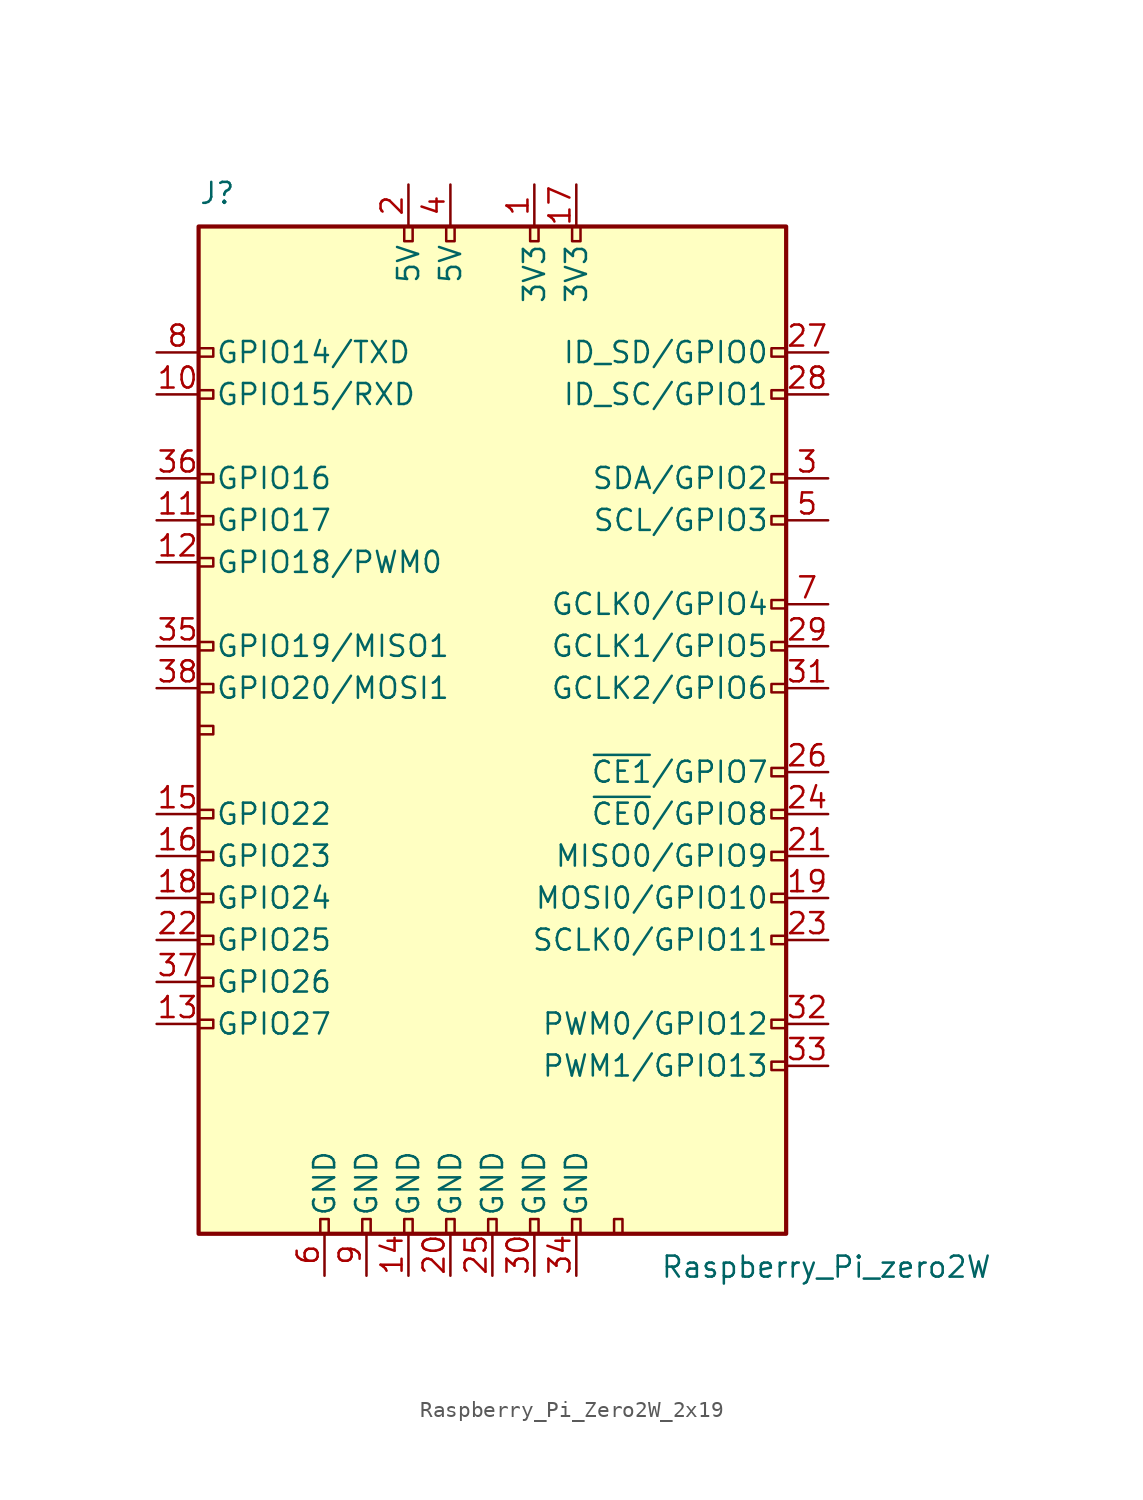
<source format=kicad_sym>
(kicad_symbol_lib
  (version 20220914)
  (generator kicad_symbol_editor)
  (symbol "Raspberry_Pi_Zero2W_2x19"
    (pin_names
      (offset 1.016))
    (property "Reference" "J"
      (at -17.78 31.75 0)
      (effects (font (size 1.27 1.27)) (justify left bottom)))
    (property "Value" "Raspberry_Pi_zero2W"
      (at 10.16 -31.75 0)
      (effects (font (size 1.27 1.27)) (justify left top)))
    (symbol "Raspberry_Pi_Zero2W_2x19_0_1"
      (rectangle (start -17.78 30.48) (end 17.78 -30.48) (stroke (width 0.254) (type default)) (fill (type background))))
    (symbol "Raspberry_Pi_Zero2W_2x19_1_1"
      (rectangle (start -16.891 -17.526) (end -17.78 -18.034) (stroke (width 0) (type default)) (fill (type none)))
      (rectangle (start -16.891 -14.986) (end -17.78 -15.494) (stroke (width 0) (type default)) (fill (type none)))
      (rectangle (start -16.891 -12.446) (end -17.78 -12.954) (stroke (width 0) (type default)) (fill (type none)))
      (rectangle (start -16.891 -9.906) (end -17.78 -10.414) (stroke (width 0) (type default)) (fill (type none)))
      (rectangle (start -16.891 -7.366) (end -17.78 -7.874) (stroke (width 0) (type default)) (fill (type none)))
      (rectangle (start -16.891 -4.826) (end -17.78 -5.334) (stroke (width 0) (type default)) (fill (type none)))
      (rectangle (start -16.891 0.254) (end -17.78 -0.254) (stroke (width 0) (type default)) (fill (type none)))
      (rectangle (start -16.891 2.794) (end -17.78 2.286) (stroke (width 0) (type default)) (fill (type none)))
      (rectangle (start -16.891 5.334) (end -17.78 4.826) (stroke (width 0) (type default)) (fill (type none)))
      (rectangle (start -16.891 10.414) (end -17.78 9.906) (stroke (width 0) (type default)) (fill (type none)))
      (rectangle (start -16.891 12.954) (end -17.78 12.446) (stroke (width 0) (type default)) (fill (type none)))
      (rectangle (start -16.891 15.494) (end -17.78 14.986) (stroke (width 0) (type default)) (fill (type none)))
      (rectangle (start -16.891 20.574) (end -17.78 20.066) (stroke (width 0) (type default)) (fill (type none)))
      (rectangle (start -16.891 23.114) (end -17.78 22.606) (stroke (width 0) (type default)) (fill (type none)))
      (rectangle (start -10.414 -29.591) (end -9.906 -30.48) (stroke (width 0) (type default)) (fill (type none)))
      (rectangle (start -7.874 -29.591) (end -7.366 -30.48) (stroke (width 0) (type default)) (fill (type none)))
      (rectangle (start -5.334 -29.591) (end -4.826 -30.48) (stroke (width 0) (type default)) (fill (type none)))
      (rectangle (start -5.334 30.48) (end -4.826 29.591) (stroke (width 0) (type default)) (fill (type none)))
      (rectangle (start -2.794 -29.591) (end -2.286 -30.48) (stroke (width 0) (type default)) (fill (type none)))
      (rectangle (start -2.794 30.48) (end -2.286 29.591) (stroke (width 0) (type default)) (fill (type none)))
      (rectangle (start -0.254 -29.591) (end 0.254 -30.48) (stroke (width 0) (type default)) (fill (type none)))
      (rectangle (start 2.286 -29.591) (end 2.794 -30.48) (stroke (width 0) (type default)) (fill (type none)))
      (rectangle (start 2.286 30.48) (end 2.794 29.591) (stroke (width 0) (type default)) (fill (type none)))
      (rectangle (start 4.826 -29.591) (end 5.334 -30.48) (stroke (width 0) (type default)) (fill (type none)))
      (rectangle (start 4.826 30.48) (end 5.334 29.591) (stroke (width 0) (type default)) (fill (type none)))
      (rectangle (start 7.366 -29.591) (end 7.874 -30.48) (stroke (width 0) (type default)) (fill (type none)))
      (rectangle (start 17.78 -20.066) (end 16.891 -20.574) (stroke (width 0) (type default)) (fill (type none)))
      (rectangle (start 17.78 -17.526) (end 16.891 -18.034) (stroke (width 0) (type default)) (fill (type none)))
      (rectangle (start 17.78 -12.446) (end 16.891 -12.954) (stroke (width 0) (type default)) (fill (type none)))
      (rectangle (start 17.78 -9.906) (end 16.891 -10.414) (stroke (width 0) (type default)) (fill (type none)))
      (rectangle (start 17.78 -7.366) (end 16.891 -7.874) (stroke (width 0) (type default)) (fill (type none)))
      (rectangle (start 17.78 -4.826) (end 16.891 -5.334) (stroke (width 0) (type default)) (fill (type none)))
      (rectangle (start 17.78 -2.286) (end 16.891 -2.794) (stroke (width 0) (type default)) (fill (type none)))
      (rectangle (start 17.78 2.794) (end 16.891 2.286) (stroke (width 0) (type default)) (fill (type none)))
      (rectangle (start 17.78 5.334) (end 16.891 4.826) (stroke (width 0) (type default)) (fill (type none)))
      (rectangle (start 17.78 7.874) (end 16.891 7.366) (stroke (width 0) (type default)) (fill (type none)))
      (rectangle (start 17.78 12.954) (end 16.891 12.446) (stroke (width 0) (type default)) (fill (type none)))
      (rectangle (start 17.78 15.494) (end 16.891 14.986) (stroke (width 0) (type default)) (fill (type none)))
      (rectangle (start 17.78 20.574) (end 16.891 20.066) (stroke (width 0) (type default)) (fill (type none)))
      (rectangle (start 17.78 23.114) (end 16.891 22.606) (stroke (width 0) (type default)) (fill (type none)))
      (pin power_in line (at 2.54 33.02 270) (length 2.54) (name "3V3" (effects (font (size 1.27 1.27)))) (number "1" (effects (font (size 1.27 1.27)))))
      (pin bidirectional line (at -20.32 20.32 0) (length 2.54) (name "GPIO15/RXD" (effects (font (size 1.27 1.27)))) (number "10" (effects (font (size 1.27 1.27)))))
      (pin bidirectional line (at -20.32 12.7 0) (length 2.54) (name "GPIO17" (effects (font (size 1.27 1.27)))) (number "11" (effects (font (size 1.27 1.27)))))
      (pin bidirectional line (at -20.32 10.16 0) (length 2.54) (name "GPIO18/PWM0" (effects (font (size 1.27 1.27)))) (number "12" (effects (font (size 1.27 1.27)))))
      (pin bidirectional line (at -20.32 -17.78 0) (length 2.54) (name "GPIO27" (effects (font (size 1.27 1.27)))) (number "13" (effects (font (size 1.27 1.27)))))
      (pin power_in line (at -5.08 -33.02 90) (length 2.54) (name "GND" (effects (font (size 1.27 1.27)))) (number "14" (effects (font (size 1.27 1.27)))))
      (pin bidirectional line (at -20.32 -5.08 0) (length 2.54) (name "GPIO22" (effects (font (size 1.27 1.27)))) (number "15" (effects (font (size 1.27 1.27)))))
      (pin bidirectional line (at -20.32 -7.62 0) (length 2.54) (name "GPIO23" (effects (font (size 1.27 1.27)))) (number "16" (effects (font (size 1.27 1.27)))))
      (pin power_in line (at 5.08 33.02 270) (length 2.54) (name "3V3" (effects (font (size 1.27 1.27)))) (number "17" (effects (font (size 1.27 1.27)))))
      (pin bidirectional line (at -20.32 -10.16 0) (length 2.54) (name "GPIO24" (effects (font (size 1.27 1.27)))) (number "18" (effects (font (size 1.27 1.27)))))
      (pin bidirectional line (at 20.32 -10.16 180) (length 2.54) (name "MOSI0/GPIO10" (effects (font (size 1.27 1.27)))) (number "19" (effects (font (size 1.27 1.27)))))
      (pin power_in line (at -5.08 33.02 270) (length 2.54) (name "5V" (effects (font (size 1.27 1.27)))) (number "2" (effects (font (size 1.27 1.27)))))
      (pin power_in line (at -2.54 -33.02 90) (length 2.54) (name "GND" (effects (font (size 1.27 1.27)))) (number "20" (effects (font (size 1.27 1.27)))))
      (pin bidirectional line (at 20.32 -7.62 180) (length 2.54) (name "MISO0/GPIO9" (effects (font (size 1.27 1.27)))) (number "21" (effects (font (size 1.27 1.27)))))
      (pin bidirectional line (at -20.32 -12.7 0) (length 2.54) (name "GPIO25" (effects (font (size 1.27 1.27)))) (number "22" (effects (font (size 1.27 1.27)))))
      (pin bidirectional line (at 20.32 -12.7 180) (length 2.54) (name "SCLK0/GPIO11" (effects (font (size 1.27 1.27)))) (number "23" (effects (font (size 1.27 1.27)))))
      (pin bidirectional line (at 20.32 -5.08 180) (length 2.54) (name "~{CE0}/GPIO8" (effects (font (size 1.27 1.27)))) (number "24" (effects (font (size 1.27 1.27)))))
      (pin power_in line (at 0 -33.02 90) (length 2.54) (name "GND" (effects (font (size 1.27 1.27)))) (number "25" (effects (font (size 1.27 1.27)))))
      (pin bidirectional line (at 20.32 -2.54 180) (length 2.54) (name "~{CE1}/GPIO7" (effects (font (size 1.27 1.27)))) (number "26" (effects (font (size 1.27 1.27)))))
      (pin bidirectional line (at 20.32 22.86 180) (length 2.54) (name "ID_SD/GPIO0" (effects (font (size 1.27 1.27)))) (number "27" (effects (font (size 1.27 1.27)))))
      (pin bidirectional line (at 20.32 20.32 180) (length 2.54) (name "ID_SC/GPIO1" (effects (font (size 1.27 1.27)))) (number "28" (effects (font (size 1.27 1.27)))))
      (pin bidirectional line (at 20.32 5.08 180) (length 2.54) (name "GCLK1/GPIO5" (effects (font (size 1.27 1.27)))) (number "29" (effects (font (size 1.27 1.27)))))
      (pin bidirectional line (at 20.32 15.24 180) (length 2.54) (name "SDA/GPIO2" (effects (font (size 1.27 1.27)))) (number "3" (effects (font (size 1.27 1.27)))))
      (pin power_in line (at 2.54 -33.02 90) (length 2.54) (name "GND" (effects (font (size 1.27 1.27)))) (number "30" (effects (font (size 1.27 1.27)))))
      (pin bidirectional line (at 20.32 2.54 180) (length 2.54) (name "GCLK2/GPIO6" (effects (font (size 1.27 1.27)))) (number "31" (effects (font (size 1.27 1.27)))))
      (pin bidirectional line (at 20.32 -17.78 180) (length 2.54) (name "PWM0/GPIO12" (effects (font (size 1.27 1.27)))) (number "32" (effects (font (size 1.27 1.27)))))
      (pin bidirectional line (at 20.32 -20.32 180) (length 2.54) (name "PWM1/GPIO13" (effects (font (size 1.27 1.27)))) (number "33" (effects (font (size 1.27 1.27)))))
      (pin power_in line (at 5.08 -33.02 90) (length 2.54) (name "GND" (effects (font (size 1.27 1.27)))) (number "34" (effects (font (size 1.27 1.27)))))
      (pin bidirectional line (at -20.32 5.08 0) (length 2.54) (name "GPIO19/MISO1" (effects (font (size 1.27 1.27)))) (number "35" (effects (font (size 1.27 1.27)))))
      (pin bidirectional line (at -20.32 15.24 0) (length 2.54) (name "GPIO16" (effects (font (size 1.27 1.27)))) (number "36" (effects (font (size 1.27 1.27)))))
      (pin bidirectional line (at -20.32 -15.24 0) (length 2.54) (name "GPIO26" (effects (font (size 1.27 1.27)))) (number "37" (effects (font (size 1.27 1.27)))))
      (pin bidirectional line (at -20.32 2.54 0) (length 2.54) (name "GPIO20/MOSI1" (effects (font (size 1.27 1.27)))) (number "38" (effects (font (size 1.27 1.27)))))
      (pin power_in line (at -2.54 33.02 270) (length 2.54) (name "5V" (effects (font (size 1.27 1.27)))) (number "4" (effects (font (size 1.27 1.27)))))
      (pin bidirectional line (at 20.32 12.7 180) (length 2.54) (name "SCL/GPIO3" (effects (font (size 1.27 1.27)))) (number "5" (effects (font (size 1.27 1.27)))))
      (pin power_in line (at -10.16 -33.02 90) (length 2.54) (name "GND" (effects (font (size 1.27 1.27)))) (number "6" (effects (font (size 1.27 1.27)))))
      (pin bidirectional line (at 20.32 7.62 180) (length 2.54) (name "GCLK0/GPIO4" (effects (font (size 1.27 1.27)))) (number "7" (effects (font (size 1.27 1.27)))))
      (pin bidirectional line (at -20.32 22.86 0) (length 2.54) (name "GPIO14/TXD" (effects (font (size 1.27 1.27)))) (number "8" (effects (font (size 1.27 1.27)))))
      (pin power_in line (at -7.62 -33.02 90) (length 2.54) (name "GND" (effects (font (size 1.27 1.27)))) (number "9" (effects (font (size 1.27 1.27))))))))
</source>
